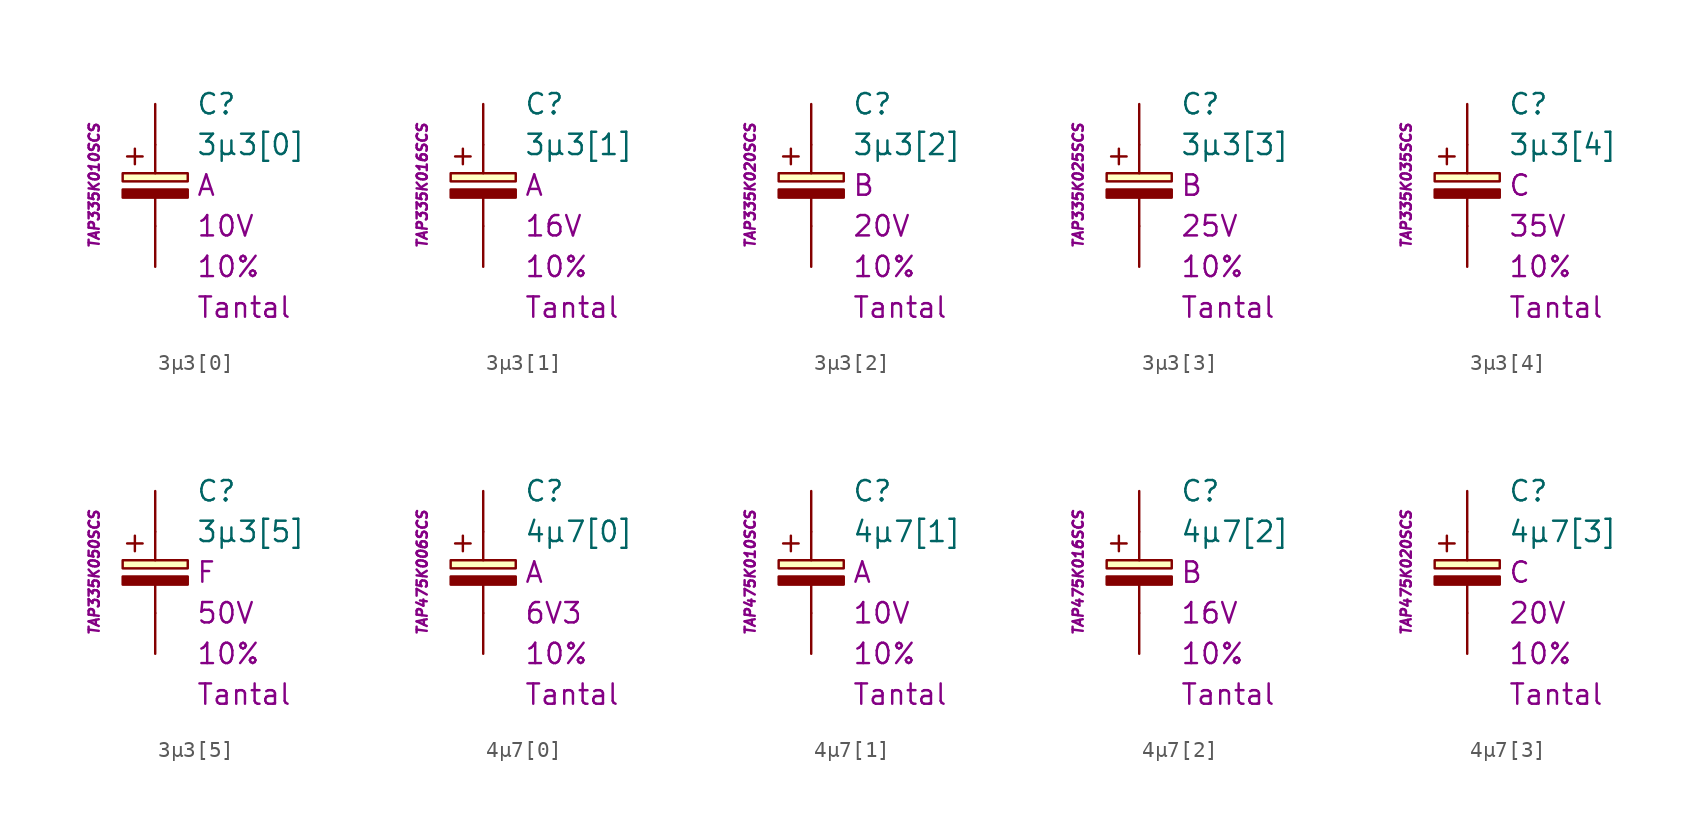
<source format=kicad_sym>
(kicad_symbol_lib
  (version 20201005)
  (generator kicad_symbol_editor)
  (symbol "3µ3[0]"
    (pin_numbers hide)
    (pin_names
      (offset 1.016) hide)
    (property "Reference" "C"
      (at 2.54 5.08 0)
      (effects (font (size 1.27 1.27)) (justify left)))
    (property "Value" "3µ3[0]"
      (at 2.54 2.54 0)
      (effects (font (size 1.27 1.27)) (justify left)))
    (property "Package" "A"
      (at 2.54 0 0)
      (effects (font (size 1.27 1.27)) (justify left)))
    (property "Voltage" "10V"
      (at 2.54 -2.54 0)
      (effects (font (size 1.27 1.27)) (justify left)))
    (property "Tolerance" "10%"
      (at 2.54 -5.08 0)
      (effects (font (size 1.27 1.27)) (justify left)))
    (property "Dielectric" "Tantal"
      (at 2.54 -7.62 0)
      (effects (font (size 1.27 1.27)) (justify left)))
    (property "MPN" "TAP335K010SCS"
      (at -3.81 0 90)
      (effects (font (size 0.635 0.635) italic)))
    (symbol "3µ3[0]_0_0"
      (text "+" (at -1.27 1.905 0) (effects (font (size 1.27 1.27)))))
    (symbol "3µ3[0]_0_1"
      (rectangle (start -2.032 -0.254) (end 2.032 -0.762) (stroke (width 0.152)) (fill (type outline)))
      (rectangle (start -2.032 0.254) (end 2.032 0.762) (stroke (width 0.152)) (fill (type background)))
      (polyline (pts (xy 0 -2.54) (xy 0 -0.762)) (stroke (width 0.152)) (fill (type none)))
      (polyline (pts (xy 0 0.762) (xy 0 2.54)) (stroke (width 0.152)) (fill (type none))))
    (symbol "3µ3[0]_1_1"
      (pin passive line (at 0 5.08 270) (length 2.54) (name "~" (effects (font (size 1.778 1.778)))) (number "1" (effects (font (size 1.778 1.778)))))
      (pin passive line (at 0 -5.08 90) (length 2.54) (name "~" (effects (font (size 1.778 1.778)))) (number "2" (effects (font (size 1.778 1.778)))))))
  (symbol "3µ3[1]"
    (pin_numbers hide)
    (pin_names
      (offset 1.016) hide)
    (property "Reference" "C"
      (at 2.54 5.08 0)
      (effects (font (size 1.27 1.27)) (justify left)))
    (property "Value" "3µ3[1]"
      (at 2.54 2.54 0)
      (effects (font (size 1.27 1.27)) (justify left)))
    (property "Package" "A"
      (at 2.54 0 0)
      (effects (font (size 1.27 1.27)) (justify left)))
    (property "Voltage" "16V"
      (at 2.54 -2.54 0)
      (effects (font (size 1.27 1.27)) (justify left)))
    (property "Tolerance" "10%"
      (at 2.54 -5.08 0)
      (effects (font (size 1.27 1.27)) (justify left)))
    (property "Dielectric" "Tantal"
      (at 2.54 -7.62 0)
      (effects (font (size 1.27 1.27)) (justify left)))
    (property "MPN" "TAP335K016SCS"
      (at -3.81 0 90)
      (effects (font (size 0.635 0.635) italic)))
    (symbol "3µ3[1]_0_0"
      (text "+" (at -1.27 1.905 0) (effects (font (size 1.27 1.27)))))
    (symbol "3µ3[1]_0_1"
      (rectangle (start -2.032 -0.254) (end 2.032 -0.762) (stroke (width 0.152)) (fill (type outline)))
      (rectangle (start -2.032 0.254) (end 2.032 0.762) (stroke (width 0.152)) (fill (type background)))
      (polyline (pts (xy 0 -2.54) (xy 0 -0.762)) (stroke (width 0.152)) (fill (type none)))
      (polyline (pts (xy 0 0.762) (xy 0 2.54)) (stroke (width 0.152)) (fill (type none))))
    (symbol "3µ3[1]_1_1"
      (pin passive line (at 0 5.08 270) (length 2.54) (name "~" (effects (font (size 1.778 1.778)))) (number "1" (effects (font (size 1.778 1.778)))))
      (pin passive line (at 0 -5.08 90) (length 2.54) (name "~" (effects (font (size 1.778 1.778)))) (number "2" (effects (font (size 1.778 1.778)))))))
  (symbol "3µ3[2]"
    (pin_numbers hide)
    (pin_names
      (offset 1.016) hide)
    (property "Reference" "C"
      (at 2.54 5.08 0)
      (effects (font (size 1.27 1.27)) (justify left)))
    (property "Value" "3µ3[2]"
      (at 2.54 2.54 0)
      (effects (font (size 1.27 1.27)) (justify left)))
    (property "Package" "B"
      (at 2.54 0 0)
      (effects (font (size 1.27 1.27)) (justify left)))
    (property "Voltage" "20V"
      (at 2.54 -2.54 0)
      (effects (font (size 1.27 1.27)) (justify left)))
    (property "Tolerance" "10%"
      (at 2.54 -5.08 0)
      (effects (font (size 1.27 1.27)) (justify left)))
    (property "Dielectric" "Tantal"
      (at 2.54 -7.62 0)
      (effects (font (size 1.27 1.27)) (justify left)))
    (property "MPN" "TAP335K020SCS"
      (at -3.81 0 90)
      (effects (font (size 0.635 0.635) italic)))
    (symbol "3µ3[2]_0_0"
      (text "+" (at -1.27 1.905 0) (effects (font (size 1.27 1.27)))))
    (symbol "3µ3[2]_0_1"
      (rectangle (start -2.032 -0.254) (end 2.032 -0.762) (stroke (width 0.152)) (fill (type outline)))
      (rectangle (start -2.032 0.254) (end 2.032 0.762) (stroke (width 0.152)) (fill (type background)))
      (polyline (pts (xy 0 -2.54) (xy 0 -0.762)) (stroke (width 0.152)) (fill (type none)))
      (polyline (pts (xy 0 0.762) (xy 0 2.54)) (stroke (width 0.152)) (fill (type none))))
    (symbol "3µ3[2]_1_1"
      (pin passive line (at 0 5.08 270) (length 2.54) (name "~" (effects (font (size 1.778 1.778)))) (number "1" (effects (font (size 1.778 1.778)))))
      (pin passive line (at 0 -5.08 90) (length 2.54) (name "~" (effects (font (size 1.778 1.778)))) (number "2" (effects (font (size 1.778 1.778)))))))
  (symbol "3µ3[3]"
    (pin_numbers hide)
    (pin_names
      (offset 1.016) hide)
    (property "Reference" "C"
      (at 2.54 5.08 0)
      (effects (font (size 1.27 1.27)) (justify left)))
    (property "Value" "3µ3[3]"
      (at 2.54 2.54 0)
      (effects (font (size 1.27 1.27)) (justify left)))
    (property "Package" "B"
      (at 2.54 0 0)
      (effects (font (size 1.27 1.27)) (justify left)))
    (property "Voltage" "25V"
      (at 2.54 -2.54 0)
      (effects (font (size 1.27 1.27)) (justify left)))
    (property "Tolerance" "10%"
      (at 2.54 -5.08 0)
      (effects (font (size 1.27 1.27)) (justify left)))
    (property "Dielectric" "Tantal"
      (at 2.54 -7.62 0)
      (effects (font (size 1.27 1.27)) (justify left)))
    (property "MPN" "TAP335K025SCS"
      (at -3.81 0 90)
      (effects (font (size 0.635 0.635) italic)))
    (symbol "3µ3[3]_0_0"
      (text "+" (at -1.27 1.905 0) (effects (font (size 1.27 1.27)))))
    (symbol "3µ3[3]_0_1"
      (rectangle (start -2.032 -0.254) (end 2.032 -0.762) (stroke (width 0.152)) (fill (type outline)))
      (rectangle (start -2.032 0.254) (end 2.032 0.762) (stroke (width 0.152)) (fill (type background)))
      (polyline (pts (xy 0 -2.54) (xy 0 -0.762)) (stroke (width 0.152)) (fill (type none)))
      (polyline (pts (xy 0 0.762) (xy 0 2.54)) (stroke (width 0.152)) (fill (type none))))
    (symbol "3µ3[3]_1_1"
      (pin passive line (at 0 5.08 270) (length 2.54) (name "~" (effects (font (size 1.778 1.778)))) (number "1" (effects (font (size 1.778 1.778)))))
      (pin passive line (at 0 -5.08 90) (length 2.54) (name "~" (effects (font (size 1.778 1.778)))) (number "2" (effects (font (size 1.778 1.778)))))))
  (symbol "3µ3[4]"
    (pin_numbers hide)
    (pin_names
      (offset 1.016) hide)
    (property "Reference" "C"
      (at 2.54 5.08 0)
      (effects (font (size 1.27 1.27)) (justify left)))
    (property "Value" "3µ3[4]"
      (at 2.54 2.54 0)
      (effects (font (size 1.27 1.27)) (justify left)))
    (property "Package" "C"
      (at 2.54 0 0)
      (effects (font (size 1.27 1.27)) (justify left)))
    (property "Voltage" "35V"
      (at 2.54 -2.54 0)
      (effects (font (size 1.27 1.27)) (justify left)))
    (property "Tolerance" "10%"
      (at 2.54 -5.08 0)
      (effects (font (size 1.27 1.27)) (justify left)))
    (property "Dielectric" "Tantal"
      (at 2.54 -7.62 0)
      (effects (font (size 1.27 1.27)) (justify left)))
    (property "MPN" "TAP335K035SCS"
      (at -3.81 0 90)
      (effects (font (size 0.635 0.635) italic)))
    (symbol "3µ3[4]_0_0"
      (text "+" (at -1.27 1.905 0) (effects (font (size 1.27 1.27)))))
    (symbol "3µ3[4]_0_1"
      (rectangle (start -2.032 -0.254) (end 2.032 -0.762) (stroke (width 0.152)) (fill (type outline)))
      (rectangle (start -2.032 0.254) (end 2.032 0.762) (stroke (width 0.152)) (fill (type background)))
      (polyline (pts (xy 0 -2.54) (xy 0 -0.762)) (stroke (width 0.152)) (fill (type none)))
      (polyline (pts (xy 0 0.762) (xy 0 2.54)) (stroke (width 0.152)) (fill (type none))))
    (symbol "3µ3[4]_1_1"
      (pin passive line (at 0 5.08 270) (length 2.54) (name "~" (effects (font (size 1.778 1.778)))) (number "1" (effects (font (size 1.778 1.778)))))
      (pin passive line (at 0 -5.08 90) (length 2.54) (name "~" (effects (font (size 1.778 1.778)))) (number "2" (effects (font (size 1.778 1.778)))))))
  (symbol "3µ3[5]"
    (pin_numbers hide)
    (pin_names
      (offset 1.016) hide)
    (property "Reference" "C"
      (at 2.54 5.08 0)
      (effects (font (size 1.27 1.27)) (justify left)))
    (property "Value" "3µ3[5]"
      (at 2.54 2.54 0)
      (effects (font (size 1.27 1.27)) (justify left)))
    (property "Package" "F"
      (at 2.54 0 0)
      (effects (font (size 1.27 1.27)) (justify left)))
    (property "Voltage" "50V"
      (at 2.54 -2.54 0)
      (effects (font (size 1.27 1.27)) (justify left)))
    (property "Tolerance" "10%"
      (at 2.54 -5.08 0)
      (effects (font (size 1.27 1.27)) (justify left)))
    (property "Dielectric" "Tantal"
      (at 2.54 -7.62 0)
      (effects (font (size 1.27 1.27)) (justify left)))
    (property "MPN" "TAP335K050SCS"
      (at -3.81 0 90)
      (effects (font (size 0.635 0.635) italic)))
    (symbol "3µ3[5]_0_0"
      (text "+" (at -1.27 1.905 0) (effects (font (size 1.27 1.27)))))
    (symbol "3µ3[5]_0_1"
      (rectangle (start -2.032 -0.254) (end 2.032 -0.762) (stroke (width 0.152)) (fill (type outline)))
      (rectangle (start -2.032 0.254) (end 2.032 0.762) (stroke (width 0.152)) (fill (type background)))
      (polyline (pts (xy 0 -2.54) (xy 0 -0.762)) (stroke (width 0.152)) (fill (type none)))
      (polyline (pts (xy 0 0.762) (xy 0 2.54)) (stroke (width 0.152)) (fill (type none))))
    (symbol "3µ3[5]_1_1"
      (pin passive line (at 0 5.08 270) (length 2.54) (name "~" (effects (font (size 1.778 1.778)))) (number "1" (effects (font (size 1.778 1.778)))))
      (pin passive line (at 0 -5.08 90) (length 2.54) (name "~" (effects (font (size 1.778 1.778)))) (number "2" (effects (font (size 1.778 1.778)))))))
  (symbol "4µ7[0]"
    (pin_numbers hide)
    (pin_names
      (offset 1.016) hide)
    (property "Reference" "C"
      (at 2.54 5.08 0)
      (effects (font (size 1.27 1.27)) (justify left)))
    (property "Value" "4µ7[0]"
      (at 2.54 2.54 0)
      (effects (font (size 1.27 1.27)) (justify left)))
    (property "Package" "A"
      (at 2.54 0 0)
      (effects (font (size 1.27 1.27)) (justify left)))
    (property "Voltage" "6V3"
      (at 2.54 -2.54 0)
      (effects (font (size 1.27 1.27)) (justify left)))
    (property "Tolerance" "10%"
      (at 2.54 -5.08 0)
      (effects (font (size 1.27 1.27)) (justify left)))
    (property "Dielectric" "Tantal"
      (at 2.54 -7.62 0)
      (effects (font (size 1.27 1.27)) (justify left)))
    (property "MPN" "TAP475K006SCS"
      (at -3.81 0 90)
      (effects (font (size 0.635 0.635) italic)))
    (symbol "4µ7[0]_0_0"
      (text "+" (at -1.27 1.905 0) (effects (font (size 1.27 1.27)))))
    (symbol "4µ7[0]_0_1"
      (rectangle (start -2.032 -0.254) (end 2.032 -0.762) (stroke (width 0.152)) (fill (type outline)))
      (rectangle (start -2.032 0.254) (end 2.032 0.762) (stroke (width 0.152)) (fill (type background)))
      (polyline (pts (xy 0 -2.54) (xy 0 -0.762)) (stroke (width 0.152)) (fill (type none)))
      (polyline (pts (xy 0 0.762) (xy 0 2.54)) (stroke (width 0.152)) (fill (type none))))
    (symbol "4µ7[0]_1_1"
      (pin passive line (at 0 5.08 270) (length 2.54) (name "~" (effects (font (size 1.778 1.778)))) (number "1" (effects (font (size 1.778 1.778)))))
      (pin passive line (at 0 -5.08 90) (length 2.54) (name "~" (effects (font (size 1.778 1.778)))) (number "2" (effects (font (size 1.778 1.778)))))))
  (symbol "4µ7[1]"
    (pin_numbers hide)
    (pin_names
      (offset 1.016) hide)
    (property "Reference" "C"
      (at 2.54 5.08 0)
      (effects (font (size 1.27 1.27)) (justify left)))
    (property "Value" "4µ7[1]"
      (at 2.54 2.54 0)
      (effects (font (size 1.27 1.27)) (justify left)))
    (property "Package" "A"
      (at 2.54 0 0)
      (effects (font (size 1.27 1.27)) (justify left)))
    (property "Voltage" "10V"
      (at 2.54 -2.54 0)
      (effects (font (size 1.27 1.27)) (justify left)))
    (property "Tolerance" "10%"
      (at 2.54 -5.08 0)
      (effects (font (size 1.27 1.27)) (justify left)))
    (property "Dielectric" "Tantal"
      (at 2.54 -7.62 0)
      (effects (font (size 1.27 1.27)) (justify left)))
    (property "MPN" "TAP475K010SCS"
      (at -3.81 0 90)
      (effects (font (size 0.635 0.635) italic)))
    (symbol "4µ7[1]_0_0"
      (text "+" (at -1.27 1.905 0) (effects (font (size 1.27 1.27)))))
    (symbol "4µ7[1]_0_1"
      (rectangle (start -2.032 -0.254) (end 2.032 -0.762) (stroke (width 0.152)) (fill (type outline)))
      (rectangle (start -2.032 0.254) (end 2.032 0.762) (stroke (width 0.152)) (fill (type background)))
      (polyline (pts (xy 0 -2.54) (xy 0 -0.762)) (stroke (width 0.152)) (fill (type none)))
      (polyline (pts (xy 0 0.762) (xy 0 2.54)) (stroke (width 0.152)) (fill (type none))))
    (symbol "4µ7[1]_1_1"
      (pin passive line (at 0 5.08 270) (length 2.54) (name "~" (effects (font (size 1.778 1.778)))) (number "1" (effects (font (size 1.778 1.778)))))
      (pin passive line (at 0 -5.08 90) (length 2.54) (name "~" (effects (font (size 1.778 1.778)))) (number "2" (effects (font (size 1.778 1.778)))))))
  (symbol "4µ7[2]"
    (pin_numbers hide)
    (pin_names
      (offset 1.016) hide)
    (property "Reference" "C"
      (at 2.54 5.08 0)
      (effects (font (size 1.27 1.27)) (justify left)))
    (property "Value" "4µ7[2]"
      (at 2.54 2.54 0)
      (effects (font (size 1.27 1.27)) (justify left)))
    (property "Package" "B"
      (at 2.54 0 0)
      (effects (font (size 1.27 1.27)) (justify left)))
    (property "Voltage" "16V"
      (at 2.54 -2.54 0)
      (effects (font (size 1.27 1.27)) (justify left)))
    (property "Tolerance" "10%"
      (at 2.54 -5.08 0)
      (effects (font (size 1.27 1.27)) (justify left)))
    (property "Dielectric" "Tantal"
      (at 2.54 -7.62 0)
      (effects (font (size 1.27 1.27)) (justify left)))
    (property "MPN" "TAP475K016SCS"
      (at -3.81 0 90)
      (effects (font (size 0.635 0.635) italic)))
    (symbol "4µ7[2]_0_0"
      (text "+" (at -1.27 1.905 0) (effects (font (size 1.27 1.27)))))
    (symbol "4µ7[2]_0_1"
      (rectangle (start -2.032 -0.254) (end 2.032 -0.762) (stroke (width 0.152)) (fill (type outline)))
      (rectangle (start -2.032 0.254) (end 2.032 0.762) (stroke (width 0.152)) (fill (type background)))
      (polyline (pts (xy 0 -2.54) (xy 0 -0.762)) (stroke (width 0.152)) (fill (type none)))
      (polyline (pts (xy 0 0.762) (xy 0 2.54)) (stroke (width 0.152)) (fill (type none))))
    (symbol "4µ7[2]_1_1"
      (pin passive line (at 0 5.08 270) (length 2.54) (name "~" (effects (font (size 1.778 1.778)))) (number "1" (effects (font (size 1.778 1.778)))))
      (pin passive line (at 0 -5.08 90) (length 2.54) (name "~" (effects (font (size 1.778 1.778)))) (number "2" (effects (font (size 1.778 1.778)))))))
  (symbol "4µ7[3]"
    (pin_numbers hide)
    (pin_names
      (offset 1.016) hide)
    (property "Reference" "C"
      (at 2.54 5.08 0)
      (effects (font (size 1.27 1.27)) (justify left)))
    (property "Value" "4µ7[3]"
      (at 2.54 2.54 0)
      (effects (font (size 1.27 1.27)) (justify left)))
    (property "Package" "C"
      (at 2.54 0 0)
      (effects (font (size 1.27 1.27)) (justify left)))
    (property "Voltage" "20V"
      (at 2.54 -2.54 0)
      (effects (font (size 1.27 1.27)) (justify left)))
    (property "Tolerance" "10%"
      (at 2.54 -5.08 0)
      (effects (font (size 1.27 1.27)) (justify left)))
    (property "Dielectric" "Tantal"
      (at 2.54 -7.62 0)
      (effects (font (size 1.27 1.27)) (justify left)))
    (property "MPN" "TAP475K020SCS"
      (at -3.81 0 90)
      (effects (font (size 0.635 0.635) italic)))
    (symbol "4µ7[3]_0_0"
      (text "+" (at -1.27 1.905 0) (effects (font (size 1.27 1.27)))))
    (symbol "4µ7[3]_0_1"
      (rectangle (start -2.032 -0.254) (end 2.032 -0.762) (stroke (width 0.152)) (fill (type outline)))
      (rectangle (start -2.032 0.254) (end 2.032 0.762) (stroke (width 0.152)) (fill (type background)))
      (polyline (pts (xy 0 -2.54) (xy 0 -0.762)) (stroke (width 0.152)) (fill (type none)))
      (polyline (pts (xy 0 0.762) (xy 0 2.54)) (stroke (width 0.152)) (fill (type none))))
    (symbol "4µ7[3]_1_1"
      (pin passive line (at 0 5.08 270) (length 2.54) (name "~" (effects (font (size 1.778 1.778)))) (number "1" (effects (font (size 1.778 1.778)))))
      (pin passive line (at 0 -5.08 90) (length 2.54) (name "~" (effects (font (size 1.778 1.778)))) (number "2" (effects (font (size 1.778 1.778))))))))
</source>
